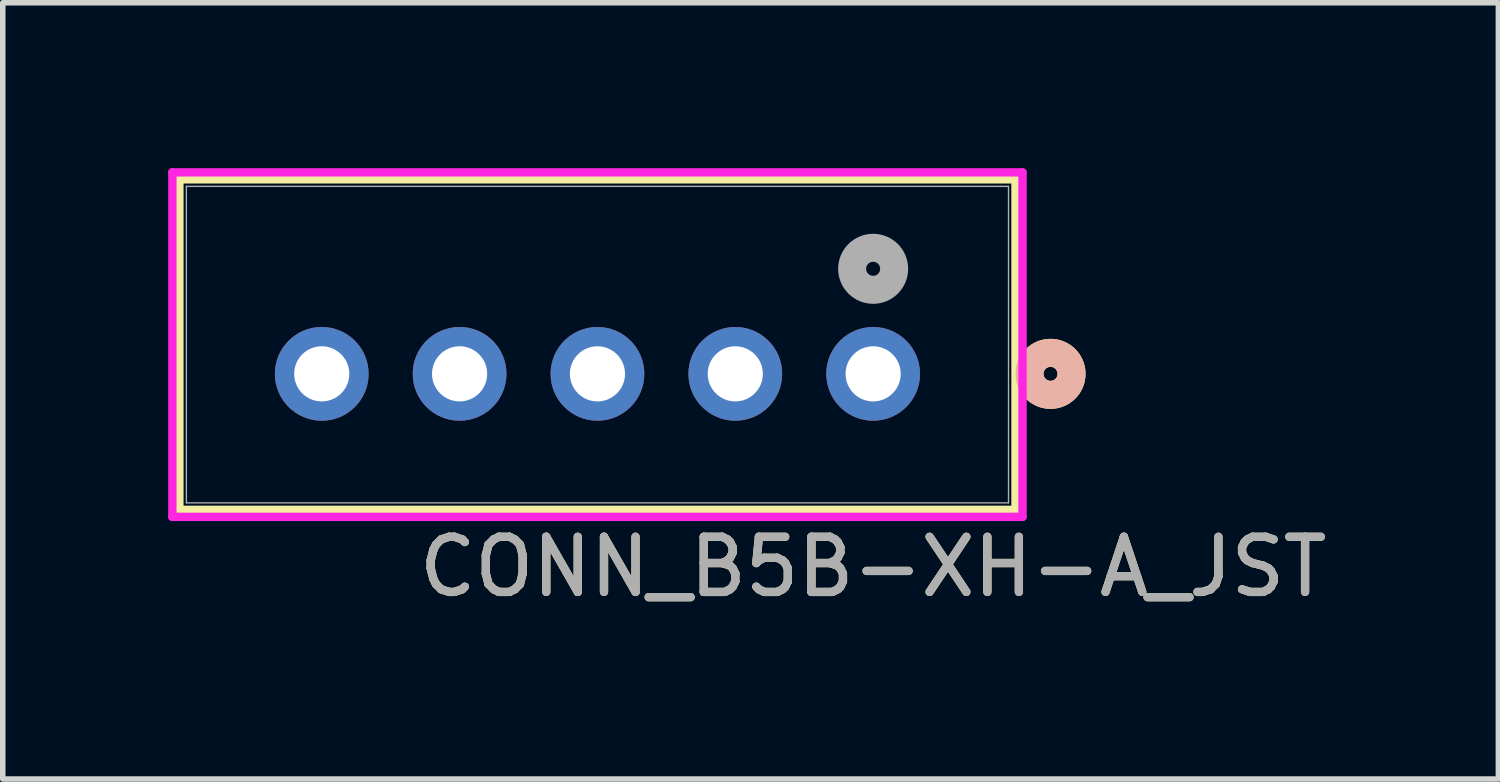
<source format=kicad_pcb>
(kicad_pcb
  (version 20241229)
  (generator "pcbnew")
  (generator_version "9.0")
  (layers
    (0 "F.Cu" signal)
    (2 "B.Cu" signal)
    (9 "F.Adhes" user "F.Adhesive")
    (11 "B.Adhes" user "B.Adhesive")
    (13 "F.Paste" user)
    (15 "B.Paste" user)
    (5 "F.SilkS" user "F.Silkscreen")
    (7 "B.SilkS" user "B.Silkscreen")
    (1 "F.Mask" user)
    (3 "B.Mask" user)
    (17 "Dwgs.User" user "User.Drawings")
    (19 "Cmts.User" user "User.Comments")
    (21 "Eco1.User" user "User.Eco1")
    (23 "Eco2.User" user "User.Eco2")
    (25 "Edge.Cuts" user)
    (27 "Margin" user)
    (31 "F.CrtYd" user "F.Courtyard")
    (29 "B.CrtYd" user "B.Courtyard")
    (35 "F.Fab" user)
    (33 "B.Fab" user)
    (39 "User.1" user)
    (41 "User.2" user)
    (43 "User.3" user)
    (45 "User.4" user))
  (footprint "CONN_B5B-XH-A_JST"
    (layer "F.Cu")
    (at 12.785 3.73)
    (property "Reference" "CONN_B5B-XH-A_JST" (at 0 3.5 0) (unlocked yes) (layer "F.SilkS") (effects (font (size 1 1) (thickness 0.15))))
    (attr through_hole)
    (fp_line (start -12.582 -3.527) (end -12.582 2.467) (stroke (width 0.152) (type solid)) (layer "F.SilkS"))
    (fp_line (start -12.582 2.467) (end 2.582 2.467) (stroke (width 0.152) (type solid)) (layer "F.SilkS"))
    (fp_line (start 2.582 -3.527) (end -12.582 -3.527) (stroke (width 0.152) (type solid)) (layer "F.SilkS"))
    (fp_line (start 2.582 2.467) (end 2.582 -3.527) (stroke (width 0.152) (type solid)) (layer "F.SilkS"))
    (fp_circle (center 3.217 0) (end 3.598 0) (stroke (width 0.508) (type solid)) (fill no) (layer "F.SilkS"))
    (fp_circle (center 3.217 0) (end 3.598 0) (stroke (width 0.508) (type solid)) (fill no) (layer "B.SilkS"))
    (fp_line (start -12.709 -3.654) (end -12.709 2.594) (stroke (width 0.152) (type solid)) (layer "F.CrtYd"))
    (fp_line (start -12.709 2.594) (end 2.709 2.594) (stroke (width 0.152) (type solid)) (layer "F.CrtYd"))
    (fp_line (start 2.709 -3.654) (end -12.709 -3.654) (stroke (width 0.152) (type solid)) (layer "F.CrtYd"))
    (fp_line (start 2.709 2.594) (end 2.709 -3.654) (stroke (width 0.152) (type solid)) (layer "F.CrtYd"))
    (fp_line (start -12.455 -3.4) (end -12.455 2.34) (stroke (width 0.025) (type solid)) (layer "F.Fab"))
    (fp_line (start -12.455 2.34) (end 2.455 2.34) (stroke (width 0.025) (type solid)) (layer "F.Fab"))
    (fp_line (start 2.455 -3.4) (end -12.455 -3.4) (stroke (width 0.025) (type solid)) (layer "F.Fab"))
    (fp_line (start 2.455 2.34) (end 2.455 -3.4) (stroke (width 0.025) (type solid)) (layer "F.Fab"))
    (fp_circle (center 0 -1.905) (end 0.381 -1.905) (stroke (width 0.508) (type solid)) (fill no) (layer "F.Fab"))
    (fp_text user "${REFERENCE}" (at 0 3.5 0) (unlocked yes) (layer "F.Fab") (effects (font (size 1 1) (thickness 0.15))))
    (pad "1" thru_hole circle (at 0 0) (size 1.7 1.7) (drill 1) (layers "*.Cu" "*.Mask"))
    (pad "2" thru_hole circle (at -2.5 0) (size 1.7 1.7) (drill 1) (layers "*.Cu" "*.Mask"))
    (pad "3" thru_hole circle (at -5 0) (size 1.7 1.7) (drill 1) (layers "*.Cu" "*.Mask"))
    (pad "4" thru_hole circle (at -7.5 0) (size 1.7 1.7) (drill 1) (layers "*.Cu" "*.Mask"))
    (pad "5" thru_hole circle (at -10 0) (size 1.7 1.7) (drill 1) (layers "*.Cu" "*.Mask")))
  (gr_rect
    (start -3 -3)
    (end 24.124 11.078)
    (stroke (width 0.1) (type default))
    (fill no)
    (layer "Edge.Cuts")))
</source>
